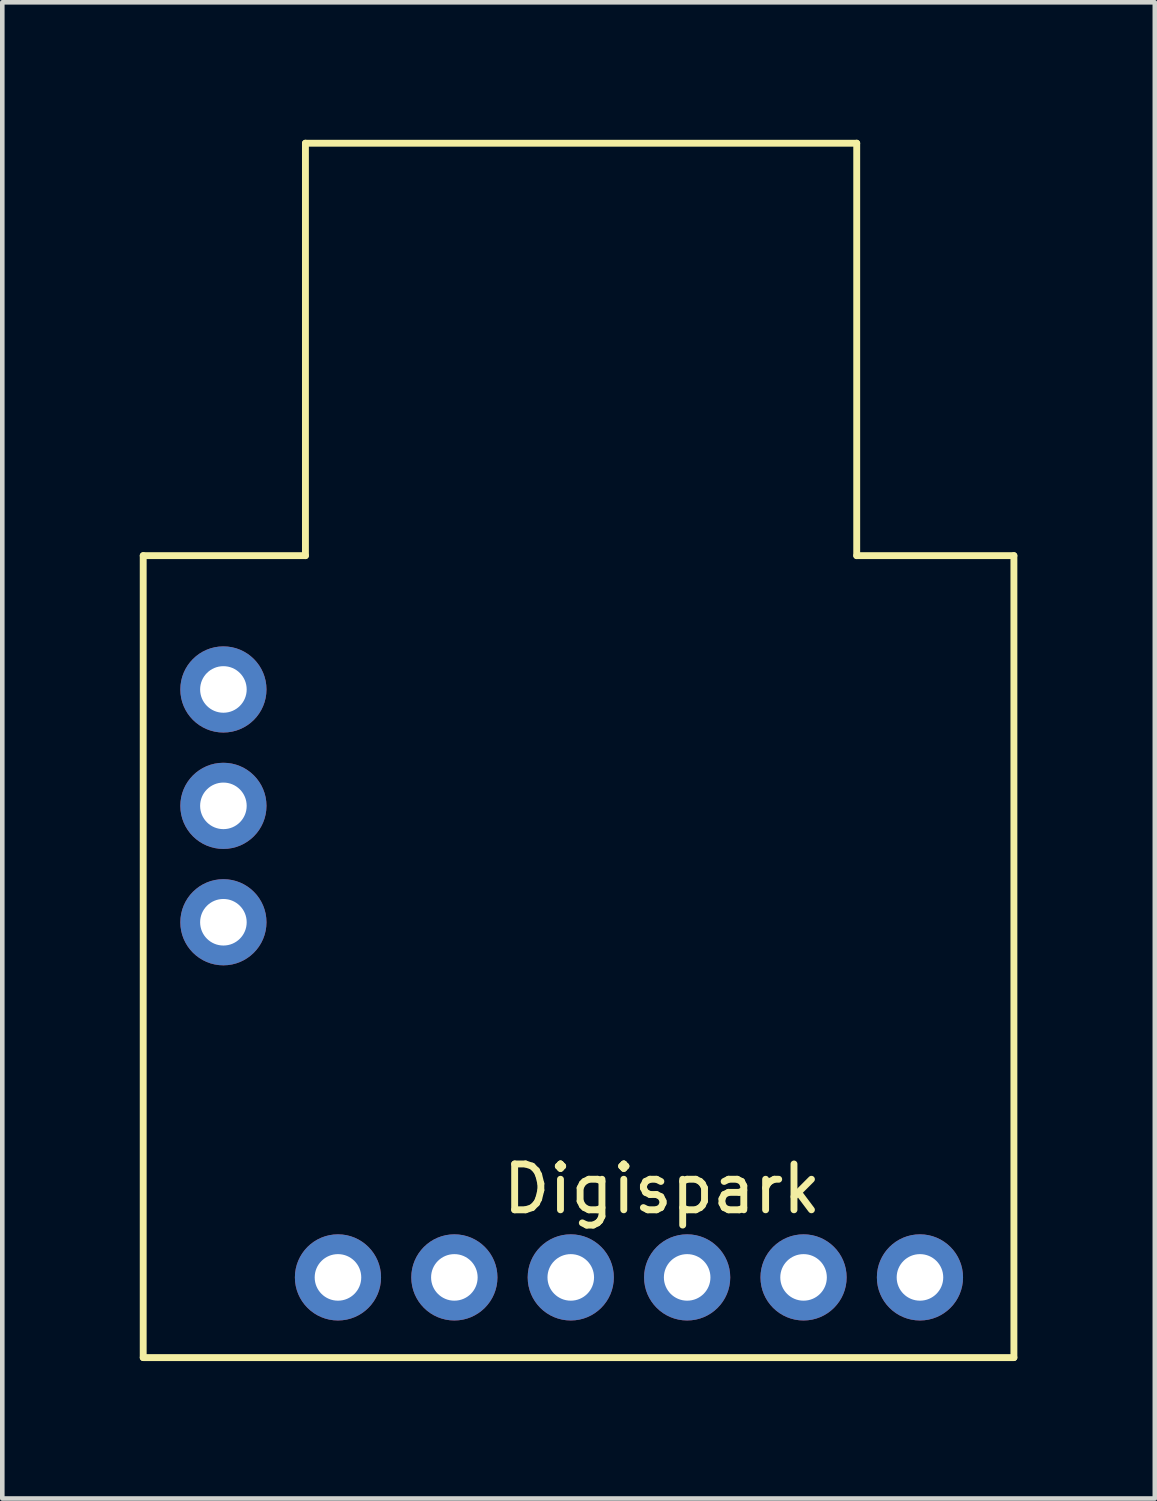
<source format=kicad_pcb>
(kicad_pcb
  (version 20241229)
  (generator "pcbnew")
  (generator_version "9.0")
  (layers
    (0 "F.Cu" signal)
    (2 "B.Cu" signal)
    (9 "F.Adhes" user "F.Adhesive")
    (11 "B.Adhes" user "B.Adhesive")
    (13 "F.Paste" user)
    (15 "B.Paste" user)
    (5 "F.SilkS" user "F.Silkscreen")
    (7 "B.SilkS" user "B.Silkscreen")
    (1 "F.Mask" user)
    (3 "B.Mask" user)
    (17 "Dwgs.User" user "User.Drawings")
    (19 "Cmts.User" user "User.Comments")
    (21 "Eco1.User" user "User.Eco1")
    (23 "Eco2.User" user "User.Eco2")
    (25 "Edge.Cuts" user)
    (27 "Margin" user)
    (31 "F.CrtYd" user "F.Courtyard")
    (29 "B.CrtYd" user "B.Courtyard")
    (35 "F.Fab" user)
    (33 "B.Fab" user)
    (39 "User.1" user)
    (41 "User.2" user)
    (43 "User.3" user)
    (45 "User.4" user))
  (footprint "Digispark"
    (layer "F.Cu")
    (at 10.675 24.825)
    (property "Reference" "Digispark" (at 0.72 -1.93 0) (layer "F.SilkS") (effects (font (size 1 1) (thickness 0.15))))
    (attr through_hole)
    (fp_line (start -10.6 -15.75) (end -10.6 1.75) (stroke (width 0.15) (type solid)) (layer "F.SilkS"))
    (fp_line (start -10.6 1.75) (end 8.4 1.75) (stroke (width 0.15) (type solid)) (layer "F.SilkS"))
    (fp_line (start -7.06 -24.75) (end -7.06 -15.75) (stroke (width 0.15) (type solid)) (layer "F.SilkS"))
    (fp_line (start -7.06 -15.75) (end -10.6 -15.75) (stroke (width 0.15) (type solid)) (layer "F.SilkS"))
    (fp_line (start 4.97 -24.75) (end -7.06 -24.75) (stroke (width 0.15) (type solid)) (layer "F.SilkS"))
    (fp_line (start 4.97 -24.75) (end 4.97 -15.75) (stroke (width 0.15) (type solid)) (layer "F.SilkS"))
    (fp_line (start 4.97 -15.75) (end 8.4 -15.75) (stroke (width 0.15) (type solid)) (layer "F.SilkS"))
    (fp_line (start 8.4 -15.75) (end 8.4 1.75) (stroke (width 0.15) (type solid)) (layer "F.SilkS"))
    (pad "1" thru_hole circle (at -6.35 0) (size 1.88 1.88) (drill 1.016) (layers "*.Cu" "*.Mask"))
    (pad "2" thru_hole circle (at -3.81 0) (size 1.88 1.88) (drill 1.016) (layers "*.Cu" "*.Mask"))
    (pad "3" thru_hole circle (at -1.27 0) (size 1.88 1.88) (drill 1.016) (layers "*.Cu" "*.Mask"))
    (pad "4" thru_hole circle (at 1.27 0) (size 1.88 1.88) (drill 1.016) (layers "*.Cu" "*.Mask"))
    (pad "5" thru_hole circle (at 3.81 0) (size 1.88 1.88) (drill 1.016) (layers "*.Cu" "*.Mask"))
    (pad "6" thru_hole circle (at 6.35 0) (size 1.88 1.88) (drill 1.016) (layers "*.Cu" "*.Mask"))
    (pad "7" thru_hole circle (at -8.85 -7.75) (size 1.88 1.88) (drill 1.016) (layers "*.Cu" "*.Mask"))
    (pad "8" thru_hole circle (at -8.85 -10.29) (size 1.88 1.88) (drill 1.016) (layers "*.Cu" "*.Mask"))
    (pad "9" thru_hole circle (at -8.85 -12.83) (size 1.88 1.88) (drill 1.016) (layers "*.Cu" "*.Mask")))
  (gr_rect
    (start -3 -3)
    (end 22.15 29.65)
    (stroke (width 0.1) (type default))
    (fill no)
    (layer "Edge.Cuts")))
</source>
